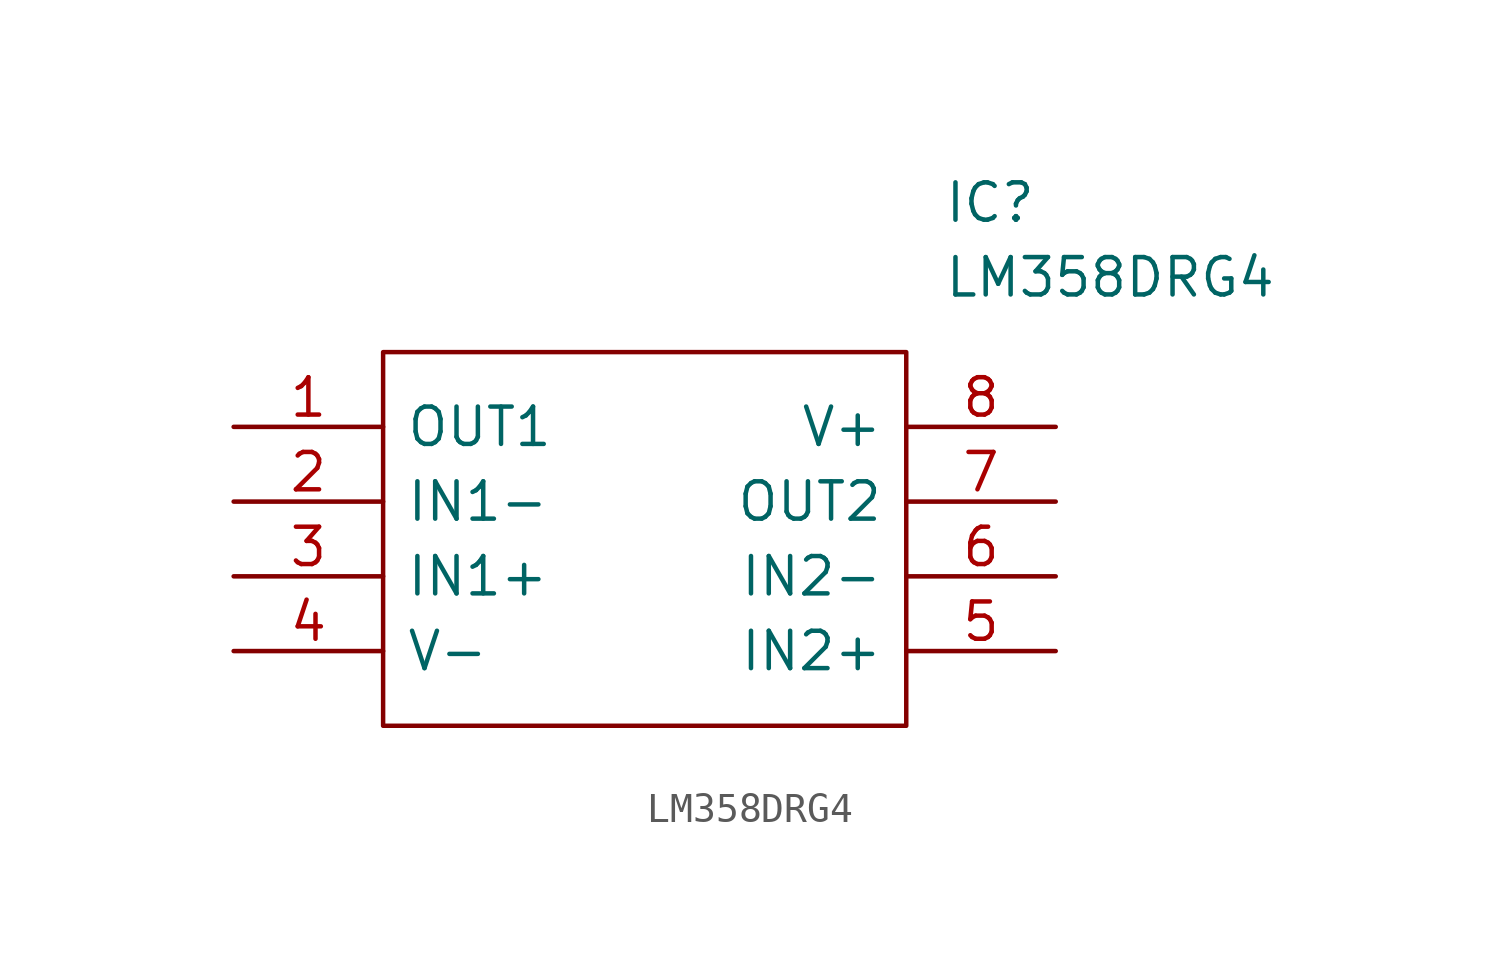
<source format=kicad_sym>
(kicad_symbol_lib
  (version 20211014)
  (generator kicad_symbol_editor)
  (symbol "LM358DRG4"
    (pin_names
      (offset 0.762))
    (property "Reference" "IC"
      (at 24.13 7.62 0)
      (effects (font (size 1.27 1.27)) (justify left)))
    (property "Value" "LM358DRG4"
      (at 24.13 5.08 0)
      (effects (font (size 1.27 1.27)) (justify left)))
    (symbol "LM358DRG4_0_0"
      (pin passive line (at 0 0 0) (length 5.08) (name "OUT1" (effects (font (size 1.27 1.27)))) (number "1" (effects (font (size 1.27 1.27)))))
      (pin passive line (at 0 -2.54 0) (length 5.08) (name "IN1-" (effects (font (size 1.27 1.27)))) (number "2" (effects (font (size 1.27 1.27)))))
      (pin passive line (at 0 -5.08 0) (length 5.08) (name "IN1+" (effects (font (size 1.27 1.27)))) (number "3" (effects (font (size 1.27 1.27)))))
      (pin passive line (at 0 -7.62 0) (length 5.08) (name "V-" (effects (font (size 1.27 1.27)))) (number "4" (effects (font (size 1.27 1.27)))))
      (pin passive line (at 27.94 -7.62 180) (length 5.08) (name "IN2+" (effects (font (size 1.27 1.27)))) (number "5" (effects (font (size 1.27 1.27)))))
      (pin passive line (at 27.94 -5.08 180) (length 5.08) (name "IN2-" (effects (font (size 1.27 1.27)))) (number "6" (effects (font (size 1.27 1.27)))))
      (pin passive line (at 27.94 -2.54 180) (length 5.08) (name "OUT2" (effects (font (size 1.27 1.27)))) (number "7" (effects (font (size 1.27 1.27)))))
      (pin passive line (at 27.94 0 180) (length 5.08) (name "V+" (effects (font (size 1.27 1.27)))) (number "8" (effects (font (size 1.27 1.27))))))
    (symbol "LM358DRG4_0_1"
      (polyline (pts (xy 5.08 2.54) (xy 22.86 2.54) (xy 22.86 -10.16) (xy 5.08 -10.16) (xy 5.08 2.54)) (stroke (width 0.152) (type default) (color 0 0 0 0)) (fill (type none))))))
</source>
